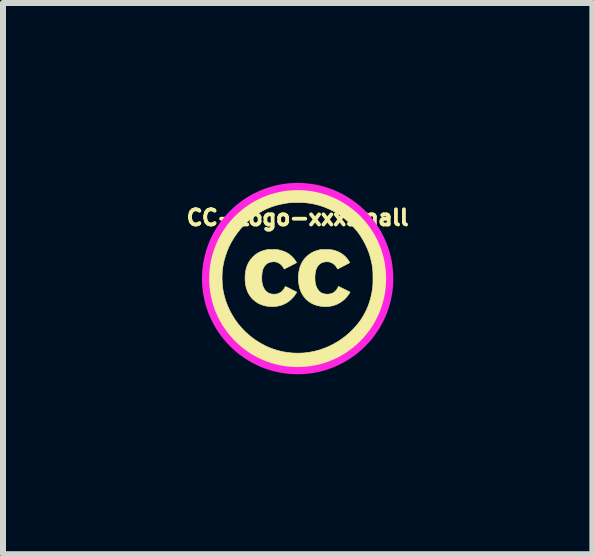
<source format=kicad_pcb>
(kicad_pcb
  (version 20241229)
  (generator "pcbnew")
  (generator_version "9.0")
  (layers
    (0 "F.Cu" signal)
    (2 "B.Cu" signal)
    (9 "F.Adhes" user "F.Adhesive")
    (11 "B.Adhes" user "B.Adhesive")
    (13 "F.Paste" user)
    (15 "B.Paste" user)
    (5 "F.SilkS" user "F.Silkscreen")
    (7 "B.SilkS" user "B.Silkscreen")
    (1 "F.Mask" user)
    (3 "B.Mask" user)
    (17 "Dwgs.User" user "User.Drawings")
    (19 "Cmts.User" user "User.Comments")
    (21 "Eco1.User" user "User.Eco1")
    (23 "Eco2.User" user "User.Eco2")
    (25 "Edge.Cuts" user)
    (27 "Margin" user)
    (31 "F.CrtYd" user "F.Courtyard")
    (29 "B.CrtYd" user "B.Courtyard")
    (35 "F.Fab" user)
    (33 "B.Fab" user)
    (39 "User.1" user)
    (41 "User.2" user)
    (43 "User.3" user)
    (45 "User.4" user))
  (footprint "CC-Logo-xxxsmall"
    (layer "F.Cu")
    (at 1.914 1.596)
    (property "Reference" "CC-Logo-xxxsmall" (at 0 -1.016 0) (layer "F.SilkS") (effects (font (size 0.254 0.254) (thickness 0.064))))
    (attr through_hole)
    (fp_poly (pts (xy -0.399 -0.485) (xy -0.38 -0.485) (xy -0.364 -0.485) (xy -0.351 -0.484) (xy -0.34 -0.483) (xy -0.329 -0.481) (xy -0.318 -0.479) (xy -0.315 -0.478) (xy -0.263 -0.465) (xy -0.216 -0.448) (xy -0.173 -0.427) (xy -0.134 -0.401) (xy -0.098 -0.371) (xy -0.092 -0.364) (xy -0.073 -0.344) (xy -0.055 -0.322) (xy -0.039 -0.299) (xy -0.028 -0.282) (xy -0.018 -0.266) (xy -0.043 -0.253) (xy -0.06 -0.244) (xy -0.078 -0.234) (xy -0.098 -0.224) (xy -0.119 -0.213) (xy -0.14 -0.202) (xy -0.16 -0.192) (xy -0.178 -0.183) (xy -0.194 -0.175) (xy -0.208 -0.168) (xy -0.217 -0.163) (xy -0.223 -0.161) (xy -0.224 -0.16) (xy -0.227 -0.163) (xy -0.228 -0.166) (xy -0.232 -0.175) (xy -0.24 -0.187) (xy -0.249 -0.2) (xy -0.26 -0.214) (xy -0.27 -0.226) (xy -0.278 -0.234) (xy -0.296 -0.248) (xy -0.318 -0.261) (xy -0.34 -0.271) (xy -0.362 -0.278) (xy -0.363 -0.278) (xy -0.383 -0.281) (xy -0.407 -0.281) (xy -0.433 -0.278) (xy -0.458 -0.273) (xy -0.481 -0.266) (xy -0.5 -0.257) (xy -0.505 -0.254) (xy -0.529 -0.235) (xy -0.549 -0.213) (xy -0.566 -0.187) (xy -0.579 -0.157) (xy -0.589 -0.122) (xy -0.595 -0.083) (xy -0.598 -0.04) (xy -0.599 -0.013) (xy -0.598 0.026) (xy -0.595 0.06) (xy -0.589 0.091) (xy -0.581 0.119) (xy -0.57 0.147) (xy -0.561 0.164) (xy -0.544 0.192) (xy -0.522 0.216) (xy -0.496 0.235) (xy -0.466 0.249) (xy -0.463 0.25) (xy -0.447 0.255) (xy -0.426 0.258) (xy -0.403 0.26) (xy -0.38 0.26) (xy -0.359 0.258) (xy -0.343 0.256) (xy -0.312 0.245) (xy -0.283 0.23) (xy -0.257 0.209) (xy -0.235 0.183) (xy -0.22 0.16) (xy -0.214 0.149) (xy -0.209 0.14) (xy -0.206 0.134) (xy -0.205 0.132) (xy -0.202 0.133) (xy -0.195 0.136) (xy -0.183 0.142) (xy -0.168 0.149) (xy -0.149 0.158) (xy -0.129 0.168) (xy -0.11 0.178) (xy -0.015 0.226) (xy -0.026 0.243) (xy -0.055 0.287) (xy -0.089 0.326) (xy -0.127 0.362) (xy -0.168 0.393) (xy -0.201 0.413) (xy -0.245 0.434) (xy -0.292 0.45) (xy -0.34 0.46) (xy -0.392 0.466) (xy -0.446 0.466) (xy -0.46 0.465) (xy -0.513 0.46) (xy -0.564 0.449) (xy -0.612 0.433) (xy -0.656 0.412) (xy -0.697 0.386) (xy -0.735 0.356) (xy -0.769 0.322) (xy -0.798 0.283) (xy -0.824 0.24) (xy -0.827 0.234) (xy -0.846 0.188) (xy -0.861 0.139) (xy -0.871 0.086) (xy -0.876 0.03) (xy -0.877 -0.009) (xy -0.875 -0.067) (xy -0.868 -0.121) (xy -0.857 -0.171) (xy -0.841 -0.218) (xy -0.821 -0.262) (xy -0.795 -0.303) (xy -0.765 -0.341) (xy -0.746 -0.362) (xy -0.71 -0.394) (xy -0.674 -0.42) (xy -0.635 -0.442) (xy -0.593 -0.46) (xy -0.547 -0.474) (xy -0.529 -0.478) (xy -0.518 -0.481) (xy -0.508 -0.482) (xy -0.498 -0.483) (xy -0.486 -0.484) (xy -0.472 -0.485) (xy -0.455 -0.485) (xy -0.433 -0.485) (xy -0.423 -0.485) (xy -0.399 -0.485)) (stroke (width 0.01) (type solid)) (fill yes) (layer "F.SilkS"))
    (fp_poly (pts (xy 0.499 -0.485) (xy 0.526 -0.484) (xy 0.55 -0.482) (xy 0.571 -0.479) (xy 0.592 -0.475) (xy 0.614 -0.469) (xy 0.633 -0.464) (xy 0.678 -0.446) (xy 0.721 -0.424) (xy 0.761 -0.396) (xy 0.797 -0.364) (xy 0.828 -0.328) (xy 0.838 -0.314) (xy 0.847 -0.302) (xy 0.854 -0.29) (xy 0.861 -0.279) (xy 0.865 -0.271) (xy 0.868 -0.266) (xy 0.867 -0.265) (xy 0.864 -0.263) (xy 0.857 -0.259) (xy 0.845 -0.253) (xy 0.831 -0.245) (xy 0.813 -0.236) (xy 0.795 -0.226) (xy 0.775 -0.216) (xy 0.755 -0.206) (xy 0.735 -0.195) (xy 0.717 -0.186) (xy 0.7 -0.177) (xy 0.686 -0.17) (xy 0.676 -0.164) (xy 0.669 -0.161) (xy 0.667 -0.16) (xy 0.665 -0.163) (xy 0.661 -0.169) (xy 0.655 -0.179) (xy 0.651 -0.186) (xy 0.632 -0.213) (xy 0.611 -0.235) (xy 0.587 -0.252) (xy 0.57 -0.262) (xy 0.551 -0.27) (xy 0.535 -0.276) (xy 0.519 -0.279) (xy 0.503 -0.281) (xy 0.488 -0.281) (xy 0.452 -0.279) (xy 0.42 -0.271) (xy 0.391 -0.259) (xy 0.365 -0.241) (xy 0.343 -0.219) (xy 0.325 -0.192) (xy 0.31 -0.161) (xy 0.299 -0.125) (xy 0.292 -0.084) (xy 0.288 -0.039) (xy 0.288 0.008) (xy 0.29 0.044) (xy 0.295 0.075) (xy 0.301 0.103) (xy 0.309 0.13) (xy 0.31 0.131) (xy 0.322 0.158) (xy 0.338 0.184) (xy 0.356 0.206) (xy 0.376 0.225) (xy 0.397 0.239) (xy 0.424 0.25) (xy 0.454 0.257) (xy 0.486 0.26) (xy 0.518 0.259) (xy 0.549 0.254) (xy 0.578 0.244) (xy 0.591 0.238) (xy 0.61 0.226) (xy 0.629 0.209) (xy 0.646 0.19) (xy 0.661 0.169) (xy 0.668 0.157) (xy 0.674 0.146) (xy 0.678 0.137) (xy 0.681 0.132) (xy 0.682 0.131) (xy 0.685 0.132) (xy 0.692 0.135) (xy 0.703 0.141) (xy 0.718 0.148) (xy 0.735 0.156) (xy 0.753 0.165) (xy 0.773 0.175) (xy 0.792 0.184) (xy 0.812 0.194) (xy 0.829 0.203) (xy 0.845 0.211) (xy 0.858 0.217) (xy 0.868 0.222) (xy 0.873 0.225) (xy 0.873 0.225) (xy 0.873 0.228) (xy 0.869 0.235) (xy 0.862 0.245) (xy 0.854 0.257) (xy 0.845 0.27) (xy 0.836 0.283) (xy 0.826 0.295) (xy 0.818 0.306) (xy 0.815 0.31) (xy 0.781 0.345) (xy 0.743 0.376) (xy 0.703 0.403) (xy 0.66 0.426) (xy 0.615 0.443) (xy 0.57 0.456) (xy 0.525 0.463) (xy 0.516 0.464) (xy 0.502 0.465) (xy 0.489 0.466) (xy 0.48 0.467) (xy 0.479 0.467) (xy 0.471 0.467) (xy 0.459 0.467) (xy 0.445 0.466) (xy 0.431 0.465) (xy 0.376 0.46) (xy 0.326 0.449) (xy 0.278 0.434) (xy 0.234 0.413) (xy 0.193 0.388) (xy 0.155 0.357) (xy 0.137 0.34) (xy 0.106 0.304) (xy 0.079 0.264) (xy 0.056 0.22) (xy 0.038 0.172) (xy 0.025 0.121) (xy 0.016 0.065) (xy 0.015 0.056) (xy 0.012 0.003) (xy 0.013 -0.05) (xy 0.019 -0.102) (xy 0.028 -0.151) (xy 0.041 -0.197) (xy 0.041 -0.198) (xy 0.061 -0.246) (xy 0.085 -0.29) (xy 0.114 -0.33) (xy 0.148 -0.366) (xy 0.185 -0.398) (xy 0.226 -0.426) (xy 0.27 -0.449) (xy 0.318 -0.467) (xy 0.368 -0.48) (xy 0.378 -0.482) (xy 0.389 -0.483) (xy 0.402 -0.484) (xy 0.418 -0.485) (xy 0.437 -0.485) (xy 0.461 -0.485) (xy 0.467 -0.485) (xy 0.499 -0.485)) (stroke (width 0.01) (type solid)) (fill yes) (layer "F.SilkS"))
    (fp_poly (pts (xy 0.02 -1.547) (xy 0.057 -1.547) (xy 0.092 -1.545) (xy 0.125 -1.544) (xy 0.153 -1.542) (xy 0.163 -1.541) (xy 0.26 -1.528) (xy 0.353 -1.511) (xy 0.444 -1.488) (xy 0.532 -1.459) (xy 0.617 -1.426) (xy 0.7 -1.387) (xy 0.781 -1.342) (xy 0.859 -1.292) (xy 0.936 -1.237) (xy 1.01 -1.175) (xy 1.083 -1.108) (xy 1.125 -1.066) (xy 1.186 -0.998) (xy 1.242 -0.927) (xy 1.294 -0.852) (xy 1.341 -0.773) (xy 1.384 -0.691) (xy 1.421 -0.607) (xy 1.454 -0.519) (xy 1.481 -0.43) (xy 1.503 -0.338) (xy 1.52 -0.245) (xy 1.524 -0.215) (xy 1.531 -0.136) (xy 1.535 -0.055) (xy 1.535 0.029) (xy 1.532 0.112) (xy 1.524 0.193) (xy 1.518 0.242) (xy 1.501 0.334) (xy 1.478 0.424) (xy 1.45 0.513) (xy 1.417 0.6) (xy 1.378 0.684) (xy 1.374 0.692) (xy 1.336 0.763) (xy 1.294 0.831) (xy 1.249 0.895) (xy 1.199 0.958) (xy 1.145 1.019) (xy 1.105 1.06) (xy 1.039 1.122) (xy 0.973 1.18) (xy 0.905 1.232) (xy 0.834 1.28) (xy 0.76 1.324) (xy 0.694 1.359) (xy 0.606 1.401) (xy 0.516 1.436) (xy 0.426 1.466) (xy 0.334 1.49) (xy 0.24 1.508) (xy 0.144 1.52) (xy 0.098 1.524) (xy 0.084 1.525) (xy 0.065 1.525) (xy 0.043 1.526) (xy 0.019 1.526) (xy -0.005 1.526) (xy -0.029 1.526) (xy -0.051 1.526) (xy -0.07 1.526) (xy -0.086 1.525) (xy -0.092 1.525) (xy -0.121 1.523) (xy -0.145 1.521) (xy -0.166 1.519) (xy -0.183 1.517) (xy -0.2 1.515) (xy -0.217 1.512) (xy -0.233 1.51) (xy -0.326 1.493) (xy -0.417 1.47) (xy -0.507 1.442) (xy -0.595 1.407) (xy -0.68 1.368) (xy -0.764 1.323) (xy -0.844 1.273) (xy -0.922 1.218) (xy -0.996 1.157) (xy -1.068 1.092) (xy -1.132 1.027) (xy -1.19 0.961) (xy -1.242 0.894) (xy -1.29 0.826) (xy -1.334 0.755) (xy -1.375 0.68) (xy -1.381 0.668) (xy -1.419 0.585) (xy -1.453 0.5) (xy -1.48 0.414) (xy -1.503 0.326) (xy -1.52 0.235) (xy -1.532 0.142) (xy -1.536 0.089) (xy -1.537 0.068) (xy -1.538 0.043) (xy -1.538 0.015) (xy -1.538 0.004) (xy -1.261 0.004) (xy -1.258 0.071) (xy -1.253 0.136) (xy -1.244 0.198) (xy -1.24 0.221) (xy -1.22 0.304) (xy -1.195 0.386) (xy -1.164 0.465) (xy -1.128 0.542) (xy -1.087 0.616) (xy -1.042 0.688) (xy -0.992 0.756) (xy -0.937 0.821) (xy -0.879 0.882) (xy -0.816 0.939) (xy -0.75 0.992) (xy -0.68 1.041) (xy -0.607 1.085) (xy -0.531 1.125) (xy -0.452 1.159) (xy -0.42 1.171) (xy -0.339 1.197) (xy -0.257 1.218) (xy -0.172 1.232) (xy -0.087 1.241) (xy -0.000032 1.244) (xy 0.088 1.241) (xy 0.104 1.24) (xy 0.187 1.23) (xy 0.27 1.215) (xy 0.351 1.194) (xy 0.431 1.167) (xy 0.509 1.136) (xy 0.585 1.099) (xy 0.659 1.057) (xy 0.73 1.011) (xy 0.798 0.96) (xy 0.862 0.905) (xy 0.923 0.846) (xy 0.98 0.783) (xy 1.033 0.717) (xy 1.067 0.668) (xy 1.108 0.599) (xy 1.145 0.528) (xy 1.177 0.453) (xy 1.203 0.375) (xy 1.225 0.295) (xy 1.24 0.219) (xy 1.244 0.192) (xy 1.248 0.167) (xy 1.25 0.145) (xy 1.253 0.123) (xy 1.254 0.101) (xy 1.255 0.078) (xy 1.256 0.052) (xy 1.256 0.022) (xy 1.256 -0.011) (xy 1.256 -0.057) (xy 1.255 -0.098) (xy 1.253 -0.136) (xy 1.249 -0.172) (xy 1.245 -0.207) (xy 1.239 -0.242) (xy 1.231 -0.278) (xy 1.222 -0.317) (xy 1.221 -0.321) (xy 1.21 -0.363) (xy 1.199 -0.402) (xy 1.186 -0.44) (xy 1.172 -0.477) (xy 1.155 -0.515) (xy 1.136 -0.556) (xy 1.128 -0.573) (xy 1.097 -0.632) (xy 1.064 -0.687) (xy 1.03 -0.739) (xy 0.992 -0.79) (xy 0.949 -0.84) (xy 0.926 -0.866) (xy 0.864 -0.928) (xy 0.799 -0.986) (xy 0.732 -1.039) (xy 0.661 -1.086) (xy 0.588 -1.129) (xy 0.512 -1.165) (xy 0.435 -1.197) (xy 0.355 -1.223) (xy 0.274 -1.243) (xy 0.228 -1.252) (xy 0.201 -1.256) (xy 0.177 -1.26) (xy 0.155 -1.262) (xy 0.134 -1.265) (xy 0.112 -1.266) (xy 0.088 -1.267) (xy 0.061 -1.268) (xy 0.031 -1.268) (xy 0.002 -1.268) (xy -0.031 -1.268) (xy -0.058 -1.268) (xy -0.082 -1.268) (xy -0.103 -1.267) (xy -0.122 -1.266) (xy -0.141 -1.264) (xy -0.16 -1.262) (xy -0.181 -1.259) (xy -0.205 -1.255) (xy -0.21 -1.254) (xy -0.294 -1.238) (xy -0.375 -1.217) (xy -0.454 -1.19) (xy -0.53 -1.158) (xy -0.604 -1.12) (xy -0.675 -1.077) (xy -0.744 -1.028) (xy -0.81 -0.974) (xy -0.874 -0.914) (xy -0.936 -0.848) (xy -0.949 -0.834) (xy -1.005 -0.764) (xy -1.055 -0.692) (xy -1.101 -0.618) (xy -1.141 -0.541) (xy -1.175 -0.462) (xy -1.204 -0.381) (xy -1.227 -0.298) (xy -1.245 -0.214) (xy -1.248 -0.191) (xy -1.256 -0.128) (xy -1.26 -0.063) (xy -1.261 0.004) (xy -1.538 0.004) (xy -1.538 -0.016) (xy -1.538 -0.046) (xy -1.537 -0.077) (xy -1.536 -0.105) (xy -1.535 -0.13) (xy -1.534 -0.151) (xy -1.533 -0.156) (xy -1.521 -0.246) (xy -1.505 -0.333) (xy -1.485 -0.418) (xy -1.459 -0.5) (xy -1.429 -0.581) (xy -1.393 -0.661) (xy -1.382 -0.685) (xy -1.339 -0.767) (xy -1.291 -0.846) (xy -1.238 -0.921) (xy -1.181 -0.994) (xy -1.118 -1.065) (xy -1.056 -1.128) (xy -0.984 -1.194) (xy -0.911 -1.253) (xy -0.835 -1.307) (xy -0.757 -1.356) (xy -0.676 -1.399) (xy -0.594 -1.437) (xy -0.508 -1.469) (xy -0.421 -1.495) (xy -0.33 -1.516) (xy -0.237 -1.532) (xy -0.14 -1.543) (xy -0.109 -1.545) (xy -0.082 -1.547) (xy -0.05 -1.547) (xy -0.016 -1.548) (xy 0.02 -1.547)) (stroke (width 0.01) (type solid)) (fill yes) (layer "F.SilkS"))
    (fp_circle (center 0 0) (end -1.333 0.762) (stroke (width 0.12) (type solid)) (fill no) (layer "F.CrtYd")))
  (gr_rect
    (start -3 -3)
    (end 6.829 6.192)
    (stroke (width 0.1) (type default))
    (fill no)
    (layer "Edge.Cuts")))
</source>
